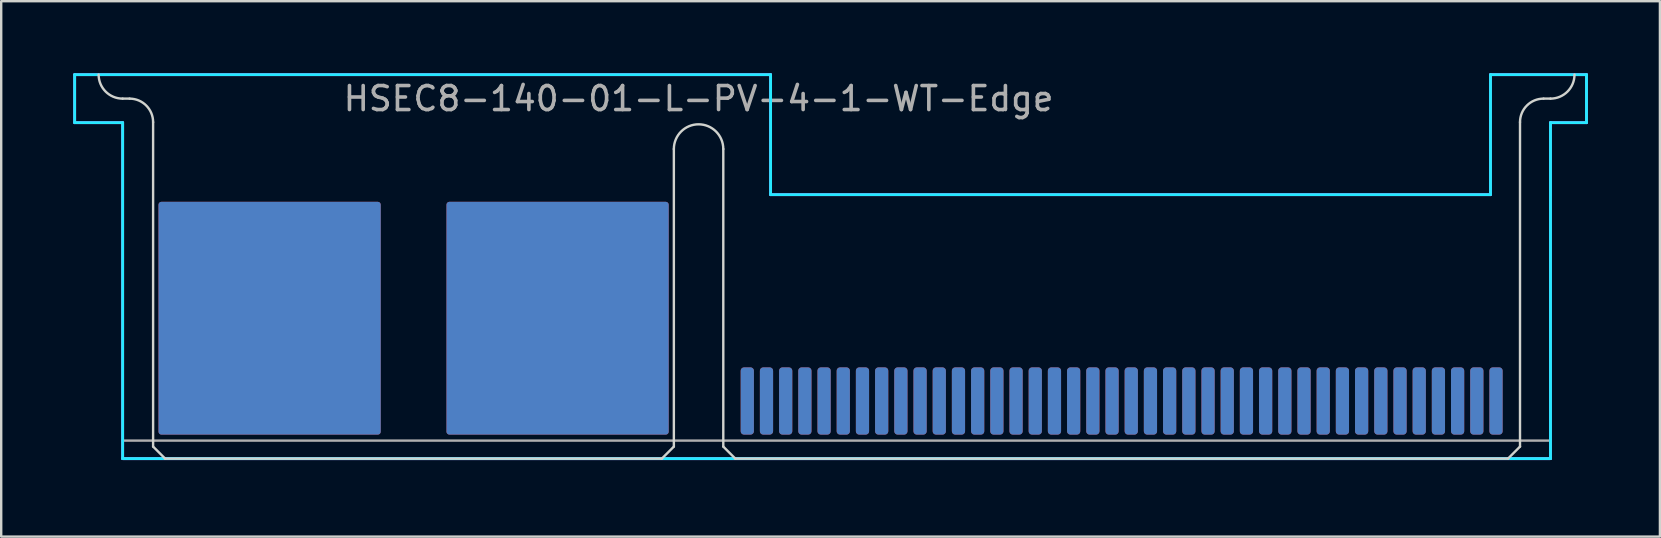
<source format=kicad_pcb>
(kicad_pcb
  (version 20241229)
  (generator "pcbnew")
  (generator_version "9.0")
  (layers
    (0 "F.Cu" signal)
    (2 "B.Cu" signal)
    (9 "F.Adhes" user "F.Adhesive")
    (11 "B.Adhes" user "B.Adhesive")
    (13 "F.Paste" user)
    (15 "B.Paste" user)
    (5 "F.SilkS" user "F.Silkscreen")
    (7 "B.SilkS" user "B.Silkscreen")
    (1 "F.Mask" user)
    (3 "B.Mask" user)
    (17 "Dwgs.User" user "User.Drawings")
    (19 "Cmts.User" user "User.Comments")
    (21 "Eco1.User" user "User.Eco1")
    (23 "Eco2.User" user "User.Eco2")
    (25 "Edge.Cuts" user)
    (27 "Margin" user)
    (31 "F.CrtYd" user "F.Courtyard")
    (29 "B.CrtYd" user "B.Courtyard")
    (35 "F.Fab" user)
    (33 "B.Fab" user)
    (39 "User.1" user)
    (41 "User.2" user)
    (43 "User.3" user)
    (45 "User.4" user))
  (footprint "HSEC8-140-01-L-PV-4-1-WT-Edge"
    (layer "F.Cu")
    (at 26.06 16.06)
    (property "Reference" "HSEC8-140-01-L-PV-4-1-WT-Edge" (at 0 -15 0) (unlocked yes) (layer "F.Fab") (effects (font (size 1 1) (thickness 0.15))))
    (attr smd)
    (fp_poly (pts (xy -1.5 0.1) (xy -0.9 -0.5) (xy -0.9 -10.8) (xy -22.8 -10.8) (xy -22.8 -0.4) (xy -22.3 0.1)) (stroke (width 0.1) (type solid)) (fill yes) (layer "F.Mask"))
    (fp_poly (pts (xy 0.9 -0.5) (xy 1.5 0.1) (xy 33.7 0.1) (xy 34.3 -0.5) (xy 34.3 -3.9) (xy 0.9 -3.9)) (stroke (width 0.1) (type solid)) (fill yes) (layer "F.Mask"))
    (fp_poly (pts (xy -1.5 0.1) (xy -0.9 -0.5) (xy -0.9 -10.8) (xy -22.8 -10.8) (xy -22.8 -0.4) (xy -22.3 0.1)) (stroke (width 0.1) (type solid)) (fill yes) (layer "B.Mask"))
    (fp_poly (pts (xy 0.9 -0.5) (xy 1.5 0.1) (xy 33.7 0.1) (xy 34.3 -0.5) (xy 34.3 -3.9) (xy 0.9 -3.9)) (stroke (width 0.1) (type solid)) (fill yes) (layer "B.Mask"))
    (fp_line (start -23.71 -15) (end -24 -15) (stroke (width 0.1) (type default)) (layer "Edge.Cuts"))
    (fp_line (start -22.73 -14.02) (end -22.73 -0.5) (stroke (width 0.1) (type default)) (layer "Edge.Cuts"))
    (fp_line (start -22.73 -0.5) (end -22.23 0) (stroke (width 0.1) (type default)) (layer "Edge.Cuts"))
    (fp_line (start -22.23 0) (end -1.53 0) (stroke (width 0.1) (type default)) (layer "Edge.Cuts"))
    (fp_line (start -1.03 -12.9) (end -1.03 -0.5) (stroke (width 0.1) (type default)) (layer "Edge.Cuts"))
    (fp_line (start -1.03 -0.5) (end -1.53 0) (stroke (width 0.1) (type default)) (layer "Edge.Cuts"))
    (fp_line (start 1.03 -12.9) (end 1.03 -0.5) (stroke (width 0.1) (type default)) (layer "Edge.Cuts"))
    (fp_line (start 1.03 -0.5) (end 1.53 0) (stroke (width 0.1) (type default)) (layer "Edge.Cuts"))
    (fp_line (start 1.53 0) (end 33.73 0) (stroke (width 0.1) (type default)) (layer "Edge.Cuts"))
    (fp_line (start 34.23 -14.02) (end 34.23 -0.5) (stroke (width 0.1) (type default)) (layer "Edge.Cuts"))
    (fp_line (start 34.23 -0.5) (end 33.73 0) (stroke (width 0.1) (type default)) (layer "Edge.Cuts"))
    (fp_line (start 35.21 -15) (end 35.5 -15) (stroke (width 0.1) (type default)) (layer "Edge.Cuts"))
    (fp_arc (start -24 -15) (mid -24.707106 -15.292894) (end -25 -16) (stroke (width 0.1) (type default)) (layer "Edge.Cuts"))
    (fp_arc (start -23.71 -15) (mid -23.017036 -14.712964) (end -22.73 -14.02) (stroke (width 0.1) (type default)) (layer "Edge.Cuts"))
    (fp_arc (start -1.03 -12.9) (mid 0 -13.93) (end 1.03 -12.9) (stroke (width 0.1) (type default)) (layer "Edge.Cuts"))
    (fp_arc (start 34.23 -14.02) (mid 34.517036 -14.712965) (end 35.21 -15) (stroke (width 0.1) (type default)) (layer "Edge.Cuts"))
    (fp_arc (start 36.5 -16) (mid 36.207107 -15.292894) (end 35.5 -15) (stroke (width 0.1) (type default)) (layer "Edge.Cuts"))
    (fp_line (start -26 -16) (end -26 -14) (stroke (width 0.12) (type default)) (layer "B.CrtYd"))
    (fp_line (start -26 -14) (end -24 -14) (stroke (width 0.12) (type default)) (layer "B.CrtYd"))
    (fp_line (start -24 -14) (end -24 0) (stroke (width 0.12) (type default)) (layer "B.CrtYd"))
    (fp_line (start -24 0) (end 35.5 0) (stroke (width 0.12) (type default)) (layer "B.CrtYd"))
    (fp_line (start 3 -16) (end -26 -16) (stroke (width 0.12) (type default)) (layer "B.CrtYd"))
    (fp_line (start 3 -11) (end 3 -16) (stroke (width 0.12) (type default)) (layer "B.CrtYd"))
    (fp_line (start 33 -16) (end 33 -11) (stroke (width 0.12) (type default)) (layer "B.CrtYd"))
    (fp_line (start 33 -11) (end 3 -11) (stroke (width 0.12) (type default)) (layer "B.CrtYd"))
    (fp_line (start 35.5 -14) (end 37 -14) (stroke (width 0.12) (type default)) (layer "B.CrtYd"))
    (fp_line (start 35.5 0) (end 35.5 -14) (stroke (width 0.12) (type default)) (layer "B.CrtYd"))
    (fp_line (start 37 -16) (end 33 -16) (stroke (width 0.12) (type default)) (layer "B.CrtYd"))
    (fp_line (start 37 -14) (end 37 -16) (stroke (width 0.12) (type default)) (layer "B.CrtYd"))
    (fp_line (start -26 -16) (end -26 -14) (stroke (width 0.12) (type default)) (layer "F.CrtYd"))
    (fp_line (start -26 -14) (end -24 -14) (stroke (width 0.12) (type default)) (layer "F.CrtYd"))
    (fp_line (start -25 -16) (end -26 -16) (stroke (width 0.12) (type default)) (layer "F.CrtYd"))
    (fp_line (start -25 -16) (end 3 -16) (stroke (width 0.12) (type default)) (layer "F.CrtYd"))
    (fp_line (start -24 -14) (end -24 0) (stroke (width 0.12) (type default)) (layer "F.CrtYd"))
    (fp_line (start 3 -16) (end 3 -11) (stroke (width 0.12) (type default)) (layer "F.CrtYd"))
    (fp_line (start 3 -11) (end 33 -11) (stroke (width 0.12) (type default)) (layer "F.CrtYd"))
    (fp_line (start 33 -16) (end 37 -16) (stroke (width 0.12) (type default)) (layer "F.CrtYd"))
    (fp_line (start 33 -11) (end 33 -16) (stroke (width 0.12) (type default)) (layer "F.CrtYd"))
    (fp_line (start 35.5 -14) (end 35.5 0) (stroke (width 0.12) (type default)) (layer "F.CrtYd"))
    (fp_line (start 35.5 0) (end -24 0) (stroke (width 0.12) (type default)) (layer "F.CrtYd"))
    (fp_line (start 37 -16) (end 37 -14) (stroke (width 0.12) (type default)) (layer "F.CrtYd"))
    (fp_line (start 37 -14) (end 35.5 -14) (stroke (width 0.12) (type default)) (layer "F.CrtYd"))
    (fp_line (start 35.5 -0.75) (end -24 -0.75) (stroke (width 0.1) (type default)) (layer "F.Fab"))
    (fp_line (start 35.5 0) (end -24 0) (stroke (width 0.1) (type default)) (layer "F.Fab"))
    (pad "1" smd roundrect (at 33.23 -2.4 90) (size 2.8 0.55) (layers "F.Cu") (roundrect_rratio 0.25))
    (pad "2" smd roundrect (at 33.23 -2.4 270) (size 2.8 0.55) (layers "B.Cu") (roundrect_rratio 0.25))
    (pad "3" smd roundrect (at 32.43 -2.4 90) (size 2.8 0.55) (layers "F.Cu") (roundrect_rratio 0.25))
    (pad "4" smd roundrect (at 32.43 -2.4 270) (size 2.8 0.55) (layers "B.Cu") (roundrect_rratio 0.25))
    (pad "5" smd roundrect (at 31.63 -2.4 90) (size 2.8 0.55) (layers "F.Cu") (roundrect_rratio 0.25))
    (pad "6" smd roundrect (at 31.63 -2.4 270) (size 2.8 0.55) (layers "B.Cu") (roundrect_rratio 0.25))
    (pad "7" smd roundrect (at 30.83 -2.4 90) (size 2.8 0.55) (layers "F.Cu") (roundrect_rratio 0.25))
    (pad "8" smd roundrect (at 30.83 -2.4 270) (size 2.8 0.55) (layers "B.Cu") (roundrect_rratio 0.25))
    (pad "9" smd roundrect (at 30.03 -2.4 90) (size 2.8 0.55) (layers "F.Cu") (roundrect_rratio 0.25))
    (pad "10" smd roundrect (at 30.03 -2.4 270) (size 2.8 0.55) (layers "B.Cu") (roundrect_rratio 0.25))
    (pad "11" smd roundrect (at 29.23 -2.4 90) (size 2.8 0.55) (layers "F.Cu") (roundrect_rratio 0.25))
    (pad "12" smd roundrect (at 29.23 -2.4 270) (size 2.8 0.55) (layers "B.Cu") (roundrect_rratio 0.25))
    (pad "13" smd roundrect (at 28.43 -2.4 90) (size 2.8 0.55) (layers "F.Cu") (roundrect_rratio 0.25))
    (pad "14" smd roundrect (at 28.43 -2.4 270) (size 2.8 0.55) (layers "B.Cu") (roundrect_rratio 0.25))
    (pad "15" smd roundrect (at 27.63 -2.4 90) (size 2.8 0.55) (layers "F.Cu") (roundrect_rratio 0.25))
    (pad "16" smd roundrect (at 27.63 -2.4 270) (size 2.8 0.55) (layers "B.Cu") (roundrect_rratio 0.25))
    (pad "17" smd roundrect (at 26.83 -2.4 90) (size 2.8 0.55) (layers "F.Cu") (roundrect_rratio 0.25))
    (pad "18" smd roundrect (at 26.83 -2.4 270) (size 2.8 0.55) (layers "B.Cu") (roundrect_rratio 0.25))
    (pad "19" smd roundrect (at 26.03 -2.4 90) (size 2.8 0.55) (layers "F.Cu") (roundrect_rratio 0.25))
    (pad "20" smd roundrect (at 26.03 -2.4 270) (size 2.8 0.55) (layers "B.Cu") (roundrect_rratio 0.25))
    (pad "21" smd roundrect (at 25.23 -2.4 90) (size 2.8 0.55) (layers "F.Cu") (roundrect_rratio 0.25))
    (pad "22" smd roundrect (at 25.23 -2.4 270) (size 2.8 0.55) (layers "B.Cu") (roundrect_rratio 0.25))
    (pad "23" smd roundrect (at 24.43 -2.4 90) (size 2.8 0.55) (layers "F.Cu") (roundrect_rratio 0.25))
    (pad "24" smd roundrect (at 24.43 -2.4 270) (size 2.8 0.55) (layers "B.Cu") (roundrect_rratio 0.25))
    (pad "25" smd roundrect (at 23.63 -2.4 90) (size 2.8 0.55) (layers "F.Cu") (roundrect_rratio 0.25))
    (pad "26" smd roundrect (at 23.63 -2.4 270) (size 2.8 0.55) (layers "B.Cu") (roundrect_rratio 0.25))
    (pad "27" smd roundrect (at 22.83 -2.4 90) (size 2.8 0.55) (layers "F.Cu") (roundrect_rratio 0.25))
    (pad "28" smd roundrect (at 22.83 -2.4 270) (size 2.8 0.55) (layers "B.Cu") (roundrect_rratio 0.25))
    (pad "29" smd roundrect (at 22.03 -2.4 90) (size 2.8 0.55) (layers "F.Cu") (roundrect_rratio 0.25))
    (pad "30" smd roundrect (at 22.03 -2.4 270) (size 2.8 0.55) (layers "B.Cu") (roundrect_rratio 0.25))
    (pad "31" smd roundrect (at 21.23 -2.4 90) (size 2.8 0.55) (layers "F.Cu") (roundrect_rratio 0.25))
    (pad "32" smd roundrect (at 21.23 -2.4 270) (size 2.8 0.55) (layers "B.Cu") (roundrect_rratio 0.25))
    (pad "33" smd roundrect (at 20.43 -2.4 90) (size 2.8 0.55) (layers "F.Cu") (roundrect_rratio 0.25))
    (pad "34" smd roundrect (at 20.43 -2.4 270) (size 2.8 0.55) (layers "B.Cu") (roundrect_rratio 0.25))
    (pad "35" smd roundrect (at 19.63 -2.4 90) (size 2.8 0.55) (layers "F.Cu") (roundrect_rratio 0.25))
    (pad "36" smd roundrect (at 19.63 -2.4 270) (size 2.8 0.55) (layers "B.Cu") (roundrect_rratio 0.25))
    (pad "37" smd roundrect (at 18.83 -2.4 90) (size 2.8 0.55) (layers "F.Cu") (roundrect_rratio 0.25))
    (pad "38" smd roundrect (at 18.83 -2.4 270) (size 2.8 0.55) (layers "B.Cu") (roundrect_rratio 0.25))
    (pad "39" smd roundrect (at 18.03 -2.4 90) (size 2.8 0.55) (layers "F.Cu") (roundrect_rratio 0.25))
    (pad "40" smd roundrect (at 18.03 -2.4 270) (size 2.8 0.55) (layers "B.Cu") (roundrect_rratio 0.25))
    (pad "41" smd roundrect (at 17.23 -2.4 90) (size 2.8 0.55) (layers "F.Cu") (roundrect_rratio 0.25))
    (pad "42" smd roundrect (at 17.23 -2.4 270) (size 2.8 0.55) (layers "B.Cu") (roundrect_rratio 0.25))
    (pad "43" smd roundrect (at 16.43 -2.4 90) (size 2.8 0.55) (layers "F.Cu") (roundrect_rratio 0.25))
    (pad "44" smd roundrect (at 16.43 -2.4 270) (size 2.8 0.55) (layers "B.Cu") (roundrect_rratio 0.25))
    (pad "45" smd roundrect (at 15.63 -2.4 90) (size 2.8 0.55) (layers "F.Cu") (roundrect_rratio 0.25))
    (pad "46" smd roundrect (at 15.63 -2.4 270) (size 2.8 0.55) (layers "B.Cu") (roundrect_rratio 0.25))
    (pad "47" smd roundrect (at 14.83 -2.4 90) (size 2.8 0.55) (layers "F.Cu") (roundrect_rratio 0.25))
    (pad "48" smd roundrect (at 14.83 -2.4 270) (size 2.8 0.55) (layers "B.Cu") (roundrect_rratio 0.25))
    (pad "49" smd roundrect (at 14.03 -2.4 90) (size 2.8 0.55) (layers "F.Cu") (roundrect_rratio 0.25))
    (pad "50" smd roundrect (at 14.03 -2.4 270) (size 2.8 0.55) (layers "B.Cu") (roundrect_rratio 0.25))
    (pad "51" smd roundrect (at 13.23 -2.4 90) (size 2.8 0.55) (layers "F.Cu") (roundrect_rratio 0.25))
    (pad "52" smd roundrect (at 13.23 -2.4 270) (size 2.8 0.55) (layers "B.Cu") (roundrect_rratio 0.25))
    (pad "53" smd roundrect (at 12.43 -2.4 90) (size 2.8 0.55) (layers "F.Cu") (roundrect_rratio 0.25))
    (pad "54" smd roundrect (at 12.43 -2.4 270) (size 2.8 0.55) (layers "B.Cu") (roundrect_rratio 0.25))
    (pad "55" smd roundrect (at 11.63 -2.4 90) (size 2.8 0.55) (layers "F.Cu") (roundrect_rratio 0.25))
    (pad "56" smd roundrect (at 11.63 -2.4 270) (size 2.8 0.55) (layers "B.Cu") (roundrect_rratio 0.25))
    (pad "57" smd roundrect (at 10.83 -2.4 90) (size 2.8 0.55) (layers "F.Cu") (roundrect_rratio 0.25))
    (pad "58" smd roundrect (at 10.83 -2.4 270) (size 2.8 0.55) (layers "B.Cu") (roundrect_rratio 0.25))
    (pad "59" smd roundrect (at 10.03 -2.4 90) (size 2.8 0.55) (layers "F.Cu") (roundrect_rratio 0.25))
    (pad "60" smd roundrect (at 10.03 -2.4 270) (size 2.8 0.55) (layers "B.Cu") (roundrect_rratio 0.25))
    (pad "61" smd roundrect (at 9.23 -2.4 90) (size 2.8 0.55) (layers "F.Cu") (roundrect_rratio 0.25))
    (pad "62" smd roundrect (at 9.23 -2.4 270) (size 2.8 0.55) (layers "B.Cu") (roundrect_rratio 0.25))
    (pad "63" smd roundrect (at 8.43 -2.4 90) (size 2.8 0.55) (layers "F.Cu") (roundrect_rratio 0.25))
    (pad "64" smd roundrect (at 8.43 -2.4 270) (size 2.8 0.55) (layers "B.Cu") (roundrect_rratio 0.25))
    (pad "65" smd roundrect (at 7.63 -2.4 90) (size 2.8 0.55) (layers "F.Cu") (roundrect_rratio 0.25))
    (pad "66" smd roundrect (at 7.63 -2.4 270) (size 2.8 0.55) (layers "B.Cu") (roundrect_rratio 0.25))
    (pad "67" smd roundrect (at 6.83 -2.4 90) (size 2.8 0.55) (layers "F.Cu") (roundrect_rratio 0.25))
    (pad "68" smd roundrect (at 6.83 -2.4 270) (size 2.8 0.55) (layers "B.Cu") (roundrect_rratio 0.25))
    (pad "69" smd roundrect (at 6.03 -2.4 90) (size 2.8 0.55) (layers "F.Cu") (roundrect_rratio 0.25))
    (pad "70" smd roundrect (at 6.03 -2.4 270) (size 2.8 0.55) (layers "B.Cu") (roundrect_rratio 0.25))
    (pad "71" smd roundrect (at 5.23 -2.4 90) (size 2.8 0.55) (layers "F.Cu") (roundrect_rratio 0.25))
    (pad "72" smd roundrect (at 5.23 -2.4 270) (size 2.8 0.55) (layers "B.Cu") (roundrect_rratio 0.25))
    (pad "73" smd roundrect (at 4.43 -2.4 90) (size 2.8 0.55) (layers "F.Cu") (roundrect_rratio 0.25))
    (pad "74" smd roundrect (at 4.43 -2.4 270) (size 2.8 0.55) (layers "B.Cu") (roundrect_rratio 0.25))
    (pad "75" smd roundrect (at 3.63 -2.4 90) (size 2.8 0.55) (layers "F.Cu") (roundrect_rratio 0.25))
    (pad "76" smd roundrect (at 3.63 -2.4 270) (size 2.8 0.55) (layers "B.Cu") (roundrect_rratio 0.25))
    (pad "77" smd roundrect (at 2.83 -2.4 90) (size 2.8 0.55) (layers "F.Cu") (roundrect_rratio 0.25))
    (pad "78" smd roundrect (at 2.83 -2.4 270) (size 2.8 0.55) (layers "B.Cu") (roundrect_rratio 0.25))
    (pad "79" smd roundrect (at 2.03 -2.4 90) (size 2.8 0.55) (layers "F.Cu") (roundrect_rratio 0.25))
    (pad "80" smd roundrect (at 2.03 -2.4 270) (size 2.8 0.55) (layers "B.Cu") (roundrect_rratio 0.25))
    (pad "P01" smd roundrect (at -5.875 -5.85 90) (size 9.7 9.26) (layers "F.Cu") (roundrect_rratio 0.013))
    (pad "P02" smd roundrect (at -5.875 -5.85 270) (size 9.7 9.26) (layers "B.Cu") (roundrect_rratio 0.013))
    (pad "P03" smd roundrect (at -17.875 -5.85 90) (size 9.7 9.26) (layers "F.Cu") (roundrect_rratio 0.013))
    (pad "P04" smd roundrect (at -17.875 -5.85 270) (size 9.7 9.26) (layers "B.Cu") (roundrect_rratio 0.013)))
  (gr_rect
    (start -3 -3)
    (end 66.12 19.31)
    (stroke (width 0.1) (type default))
    (fill no)
    (layer "Edge.Cuts")))
</source>
